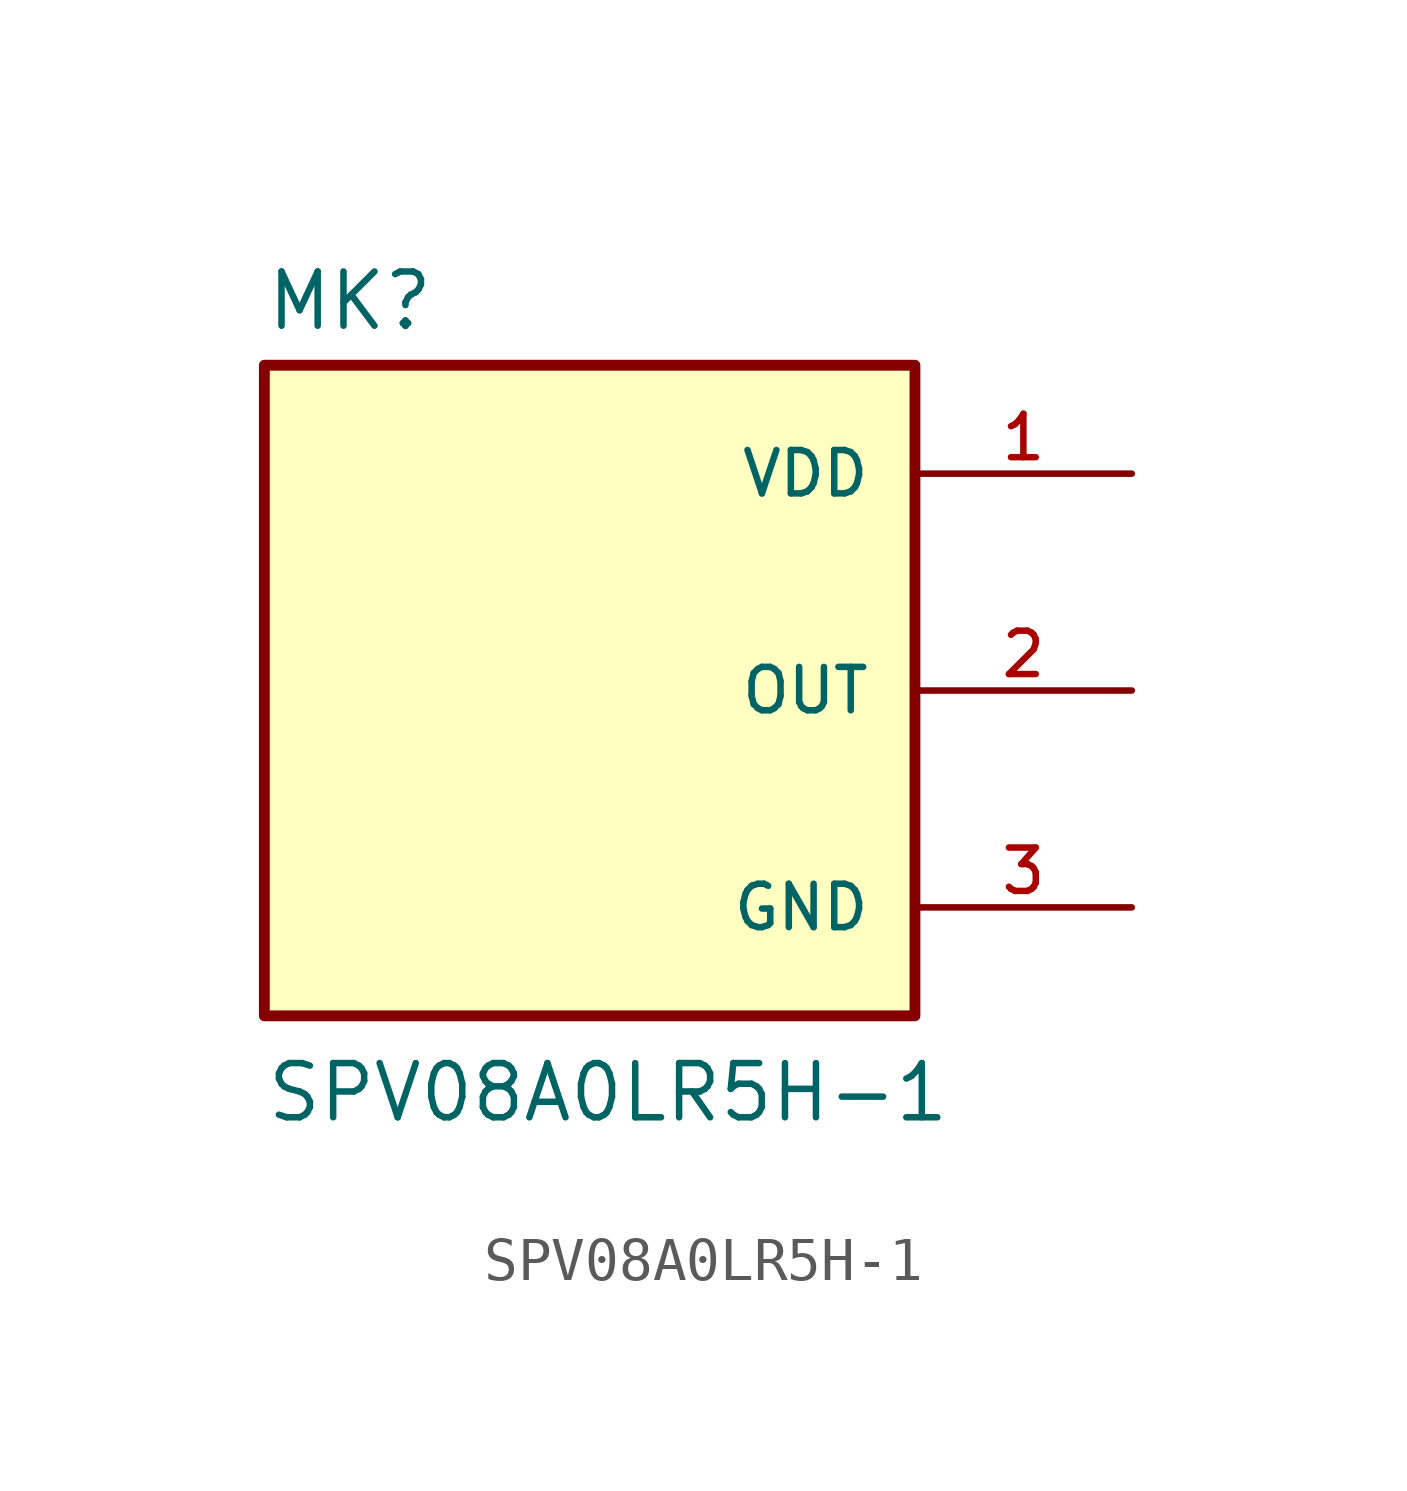
<source format=kicad_sym>
(kicad_symbol_lib
  (version 20211014)
  (generator kicad_symbol_editor)
  (symbol "SPV08A0LR5H-1"
    (pin_names
      (offset 1.016))
    (property "Reference" "MK"
      (at -7.62 8.382 0)
      (effects (font (size 1.27 1.27)) (justify bottom left)))
    (property "Value" "SPV08A0LR5H-1"
      (at -7.62 -10.16 0)
      (effects (font (size 1.27 1.27)) (justify bottom left)))
    (symbol "SPV08A0LR5H-1_0_0"
      (rectangle (start -7.62 -7.62) (end 7.62 7.62) (stroke (width 0.254)) (fill (type background)))
      (pin power_in line (at 12.7 5.08 180.0) (length 5.08) (name "VDD" (effects (font (size 1.016 1.016)))) (number "1" (effects (font (size 1.016 1.016)))))
      (pin output line (at 12.7 0.0 180.0) (length 5.08) (name "OUT" (effects (font (size 1.016 1.016)))) (number "2" (effects (font (size 1.016 1.016)))))
      (pin power_in line (at 12.7 -5.08 180.0) (length 5.08) (name "GND" (effects (font (size 1.016 1.016)))) (number "3" (effects (font (size 1.016 1.016))))))))
</source>
